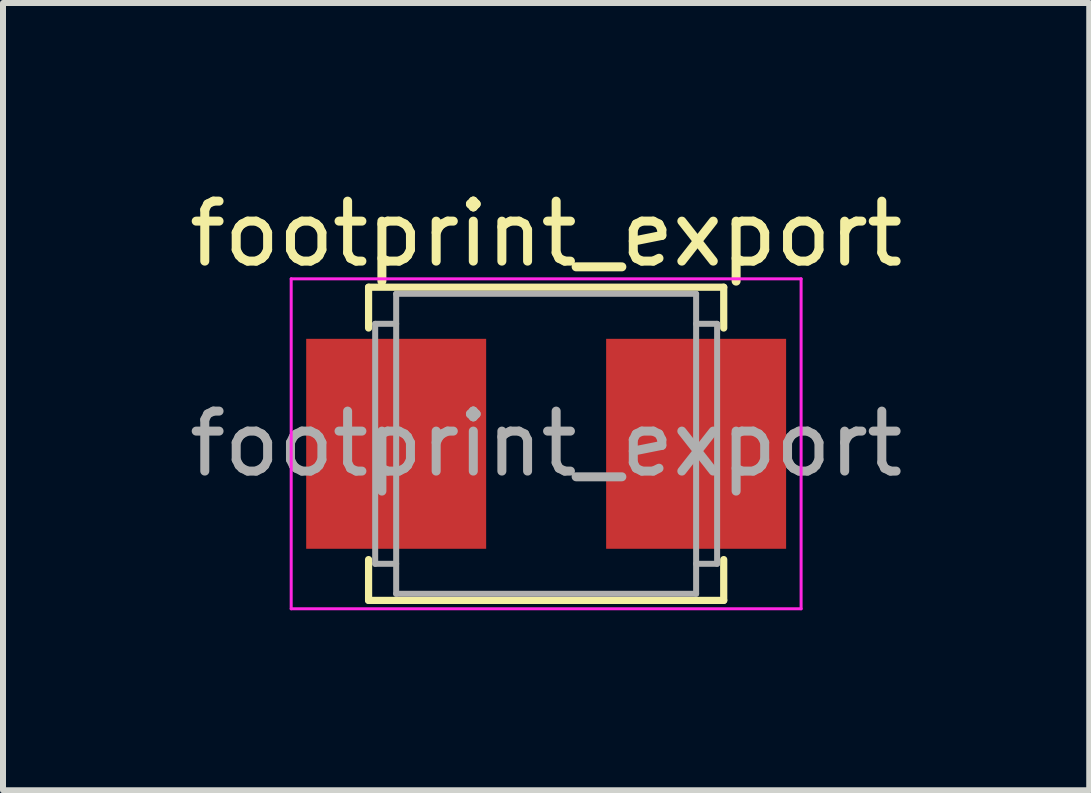
<source format=kicad_pcb>
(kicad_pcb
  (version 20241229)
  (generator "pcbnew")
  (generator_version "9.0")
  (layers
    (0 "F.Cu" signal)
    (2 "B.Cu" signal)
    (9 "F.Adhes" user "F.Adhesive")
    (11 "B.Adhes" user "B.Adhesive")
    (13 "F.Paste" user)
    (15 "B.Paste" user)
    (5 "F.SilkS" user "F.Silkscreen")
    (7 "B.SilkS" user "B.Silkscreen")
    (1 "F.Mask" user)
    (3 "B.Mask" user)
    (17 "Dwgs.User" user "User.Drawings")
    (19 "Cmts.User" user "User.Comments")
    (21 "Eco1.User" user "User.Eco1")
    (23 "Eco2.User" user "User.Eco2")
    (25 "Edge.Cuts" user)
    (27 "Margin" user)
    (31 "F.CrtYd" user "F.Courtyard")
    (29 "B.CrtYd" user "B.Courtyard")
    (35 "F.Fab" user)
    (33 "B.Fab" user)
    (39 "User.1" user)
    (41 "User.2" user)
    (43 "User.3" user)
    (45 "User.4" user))
  (footprint "footprint_export"
    (layer "F.Cu")
    (at 6.054 4.348)
    (property "Reference" "footprint_export" (at 0 -3.5 0) (layer "F.SilkS") (effects (font (size 1 1) (thickness 0.15))))
    (attr smd)
    (fp_line (start -2.96 -2.61) (end -2.96 -1.93) (stroke (width 0.12) (type solid)) (layer "F.SilkS"))
    (fp_line (start -2.96 -2.61) (end 2.96 -2.61) (stroke (width 0.12) (type solid)) (layer "F.SilkS"))
    (fp_line (start -2.96 1.93) (end -2.96 2.61) (stroke (width 0.12) (type solid)) (layer "F.SilkS"))
    (fp_line (start -2.96 2.61) (end 2.96 2.61) (stroke (width 0.12) (type solid)) (layer "F.SilkS"))
    (fp_line (start 2.96 -2.61) (end 2.96 -1.93) (stroke (width 0.12) (type solid)) (layer "F.SilkS"))
    (fp_line (start 2.96 1.93) (end 2.96 2.61) (stroke (width 0.12) (type solid)) (layer "F.SilkS"))
    (fp_line (start -4.25 -2.75) (end -4.25 2.75) (stroke (width 0.05) (type solid)) (layer "F.CrtYd"))
    (fp_line (start -4.25 2.75) (end 4.25 2.75) (stroke (width 0.05) (type solid)) (layer "F.CrtYd"))
    (fp_line (start 4.25 -2.75) (end -4.25 -2.75) (stroke (width 0.05) (type solid)) (layer "F.CrtYd"))
    (fp_line (start 4.25 2.75) (end 4.25 -2.75) (stroke (width 0.05) (type solid)) (layer "F.CrtYd"))
    (fp_line (start -2.85 -2) (end -2.85 2) (stroke (width 0.1) (type solid)) (layer "F.Fab"))
    (fp_line (start -2.85 -2) (end -2.5 -2) (stroke (width 0.1) (type solid)) (layer "F.Fab"))
    (fp_line (start -2.85 2) (end -2.5 2) (stroke (width 0.1) (type solid)) (layer "F.Fab"))
    (fp_line (start -2.5 -2.5) (end -2.5 2.5) (stroke (width 0.1) (type solid)) (layer "F.Fab"))
    (fp_line (start -2.5 -2.5) (end 2.5 -2.5) (stroke (width 0.1) (type solid)) (layer "F.Fab"))
    (fp_line (start -2.5 2.5) (end 2.5 2.5) (stroke (width 0.1) (type solid)) (layer "F.Fab"))
    (fp_line (start 2.5 -2.5) (end 2.5 2.5) (stroke (width 0.1) (type solid)) (layer "F.Fab"))
    (fp_line (start 2.85 -2) (end 2.5 -2) (stroke (width 0.1) (type solid)) (layer "F.Fab"))
    (fp_line (start 2.85 -2) (end 2.85 2) (stroke (width 0.1) (type solid)) (layer "F.Fab"))
    (fp_line (start 2.85 2) (end 2.5 2) (stroke (width 0.1) (type solid)) (layer "F.Fab"))
    (fp_text user "${REFERENCE}" (at 0 0 0) (layer "F.Fab") (effects (font (size 1 1) (thickness 0.15))))
    (pad "1" smd rect (at -2.5 0) (size 3 3.5) (layers "F.Cu" "F.Mask" "F.Paste"))
    (pad "2" smd rect (at 2.5 0) (size 3 3.5) (layers "F.Cu" "F.Mask" "F.Paste")))
  (gr_rect
    (start -3 -3)
    (end 15.107 10.123)
    (stroke (width 0.1) (type default))
    (fill no)
    (layer "Edge.Cuts")))
</source>
